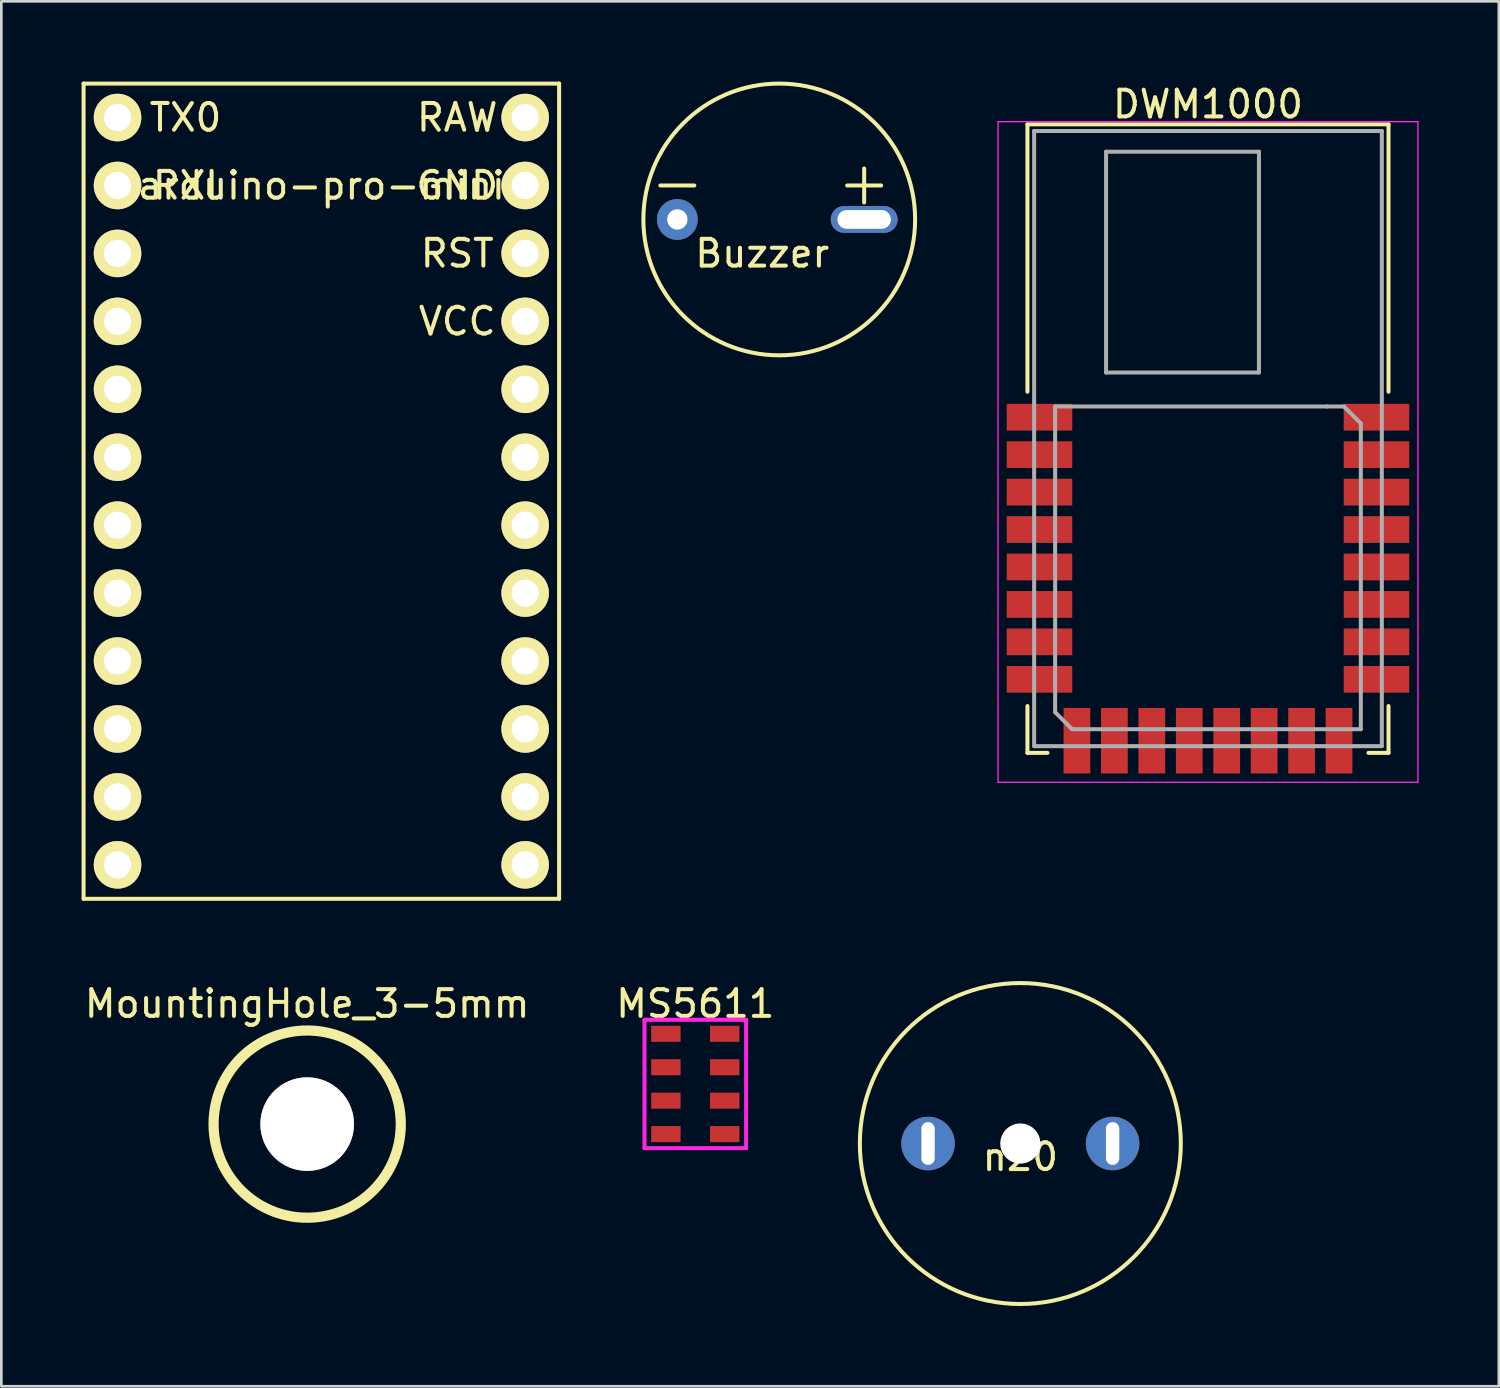
<source format=kicad_pcb>
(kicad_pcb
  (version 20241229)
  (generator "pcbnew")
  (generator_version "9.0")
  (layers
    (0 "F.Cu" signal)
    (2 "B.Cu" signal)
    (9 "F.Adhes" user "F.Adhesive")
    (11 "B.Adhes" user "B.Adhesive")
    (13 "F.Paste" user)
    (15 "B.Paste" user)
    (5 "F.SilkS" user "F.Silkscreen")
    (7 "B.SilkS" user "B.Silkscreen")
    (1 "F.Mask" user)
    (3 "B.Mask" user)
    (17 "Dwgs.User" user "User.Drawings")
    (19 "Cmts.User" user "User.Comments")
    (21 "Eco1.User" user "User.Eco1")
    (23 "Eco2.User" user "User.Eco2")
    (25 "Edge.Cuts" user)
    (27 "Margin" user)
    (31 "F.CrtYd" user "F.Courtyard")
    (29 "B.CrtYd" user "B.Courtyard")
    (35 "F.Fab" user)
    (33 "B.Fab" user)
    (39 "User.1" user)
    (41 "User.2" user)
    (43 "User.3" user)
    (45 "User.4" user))
  (footprint "Buzzer"
    (layer "F.Cu")
    (at 22.275 5.155)
    (property "Reference" "Buzzer" (at 3.175 1.27 0) (layer "F.SilkS") (effects (font (size 1 1) (thickness 0.15))))
    (attr through_hole)
    (fp_line (start -0.635 -1.27) (end 0.635 -1.27) (stroke (width 0.15) (type solid)) (layer "F.SilkS"))
    (fp_line (start 6.35 -1.27) (end 7.62 -1.27) (stroke (width 0.15) (type solid)) (layer "F.SilkS"))
    (fp_line (start 6.985 -1.905) (end 6.985 -0.635) (stroke (width 0.15) (type solid)) (layer "F.SilkS"))
    (fp_circle (center 3.81 0) (end 8.89 0) (stroke (width 0.15) (type solid)) (fill no) (layer "F.SilkS"))
    (pad "1" thru_hole circle (at 0 0) (size 1.524 1.524) (drill 0.762) (layers "*.Cu" "*.Mask"))
    (pad "2" thru_hole oval (at 6.985 0) (size 2.5 1) (drill oval 2 0.7) (layers "*.Cu" "*.Mask")))
  (footprint "DWM1000"
    (layer "F.Cu")
    (at 42.115 13.348)
    (property "Reference" "DWM1000" (at 0 -12.5 0) (layer "F.SilkS") (effects (font (size 1 1) (thickness 0.15))))
    (attr smd)
    (fp_line (start -6.75 -11.75) (end -6.75 -1.75) (stroke (width 0.15) (type solid)) (layer "F.SilkS"))
    (fp_line (start -6.75 -11.75) (end 6.75 -11.75) (stroke (width 0.15) (type solid)) (layer "F.SilkS"))
    (fp_line (start -6.75 11.75) (end -6.75 10) (stroke (width 0.15) (type solid)) (layer "F.SilkS"))
    (fp_line (start -6 11.75) (end -6.75 11.75) (stroke (width 0.15) (type solid)) (layer "F.SilkS"))
    (fp_line (start 6 11.75) (end 6.75 11.75) (stroke (width 0.15) (type solid)) (layer "F.SilkS"))
    (fp_line (start 6.75 -11.75) (end 6.75 -1.75) (stroke (width 0.15) (type solid)) (layer "F.SilkS"))
    (fp_line (start 6.75 11.75) (end 6.75 10) (stroke (width 0.15) (type solid)) (layer "F.SilkS"))
    (fp_line (start -7.85 -11.85) (end -7.85 12.85) (stroke (width 0.05) (type solid)) (layer "F.CrtYd"))
    (fp_line (start -7.85 12.85) (end 7.85 12.85) (stroke (width 0.05) (type solid)) (layer "F.CrtYd"))
    (fp_line (start 7.85 -11.85) (end -7.85 -11.85) (stroke (width 0.05) (type solid)) (layer "F.CrtYd"))
    (fp_line (start 7.85 12.85) (end 7.85 -11.85) (stroke (width 0.05) (type solid)) (layer "F.CrtYd"))
    (fp_line (start -6.5 -11.5) (end -6.5 11.5) (stroke (width 0.15) (type solid)) (layer "F.Fab"))
    (fp_line (start -6.5 11.5) (end 6.5 11.5) (stroke (width 0.15) (type solid)) (layer "F.Fab"))
    (fp_line (start -5.715 -1.2) (end 4.445 -1.2) (stroke (width 0.15) (type solid)) (layer "F.Fab"))
    (fp_line (start -5.715 10.23) (end -5.715 -1.2) (stroke (width 0.15) (type solid)) (layer "F.Fab"))
    (fp_line (start -5.08 10.865) (end -5.715 10.23) (stroke (width 0.15) (type solid)) (layer "F.Fab"))
    (fp_line (start -3.81 -10.725) (end 1.905 -10.725) (stroke (width 0.15) (type solid)) (layer "F.Fab"))
    (fp_line (start -3.81 -2.47) (end -3.81 -10.725) (stroke (width 0.15) (type solid)) (layer "F.Fab"))
    (fp_line (start 1.905 -10.725) (end 1.905 -2.47) (stroke (width 0.15) (type solid)) (layer "F.Fab"))
    (fp_line (start 1.905 -2.47) (end -3.81 -2.47) (stroke (width 0.15) (type solid)) (layer "F.Fab"))
    (fp_line (start 4.445 -1.2) (end 5.08 -1.2) (stroke (width 0.15) (type solid)) (layer "F.Fab"))
    (fp_line (start 5.08 -1.2) (end 5.715 -0.565) (stroke (width 0.15) (type solid)) (layer "F.Fab"))
    (fp_line (start 5.715 -0.565) (end 5.715 10.865) (stroke (width 0.15) (type solid)) (layer "F.Fab"))
    (fp_line (start 5.715 10.865) (end -5.08 10.865) (stroke (width 0.15) (type solid)) (layer "F.Fab"))
    (fp_line (start 6.5 -11.5) (end -6.5 -11.5) (stroke (width 0.15) (type solid)) (layer "F.Fab"))
    (fp_line (start 6.5 11.5) (end 6.5 -11.5) (stroke (width 0.15) (type solid)) (layer "F.Fab"))
    (pad "1" smd rect (at -6.3 -0.799 90) (size 1 2.45) (layers "F.Cu" "F.Mask" "F.Paste"))
    (pad "2" smd rect (at -6.3 0.601 90) (size 1 2.45) (layers "F.Cu" "F.Mask" "F.Paste"))
    (pad "3" smd rect (at -6.3 2.001 90) (size 1 2.45) (layers "F.Cu" "F.Mask" "F.Paste"))
    (pad "4" smd rect (at -6.3 3.401 90) (size 1 2.45) (layers "F.Cu" "F.Mask" "F.Paste"))
    (pad "5" smd rect (at -6.3 4.801 90) (size 1 2.45) (layers "F.Cu" "F.Mask" "F.Paste"))
    (pad "6" smd rect (at -6.3 6.201 90) (size 1 2.45) (layers "F.Cu" "F.Mask" "F.Paste"))
    (pad "7" smd rect (at -6.3 7.601 90) (size 1 2.45) (layers "F.Cu" "F.Mask" "F.Paste"))
    (pad "8" smd rect (at -6.3 9.001 90) (size 1 2.45) (layers "F.Cu" "F.Mask" "F.Paste"))
    (pad "9" smd rect (at -4.9 11.296) (size 1 2.45) (layers "F.Cu" "F.Mask" "F.Paste"))
    (pad "10" smd rect (at -3.5 11.296) (size 1 2.45) (layers "F.Cu" "F.Mask" "F.Paste"))
    (pad "11" smd rect (at -2.1 11.296) (size 1 2.45) (layers "F.Cu" "F.Mask" "F.Paste"))
    (pad "12" smd rect (at -0.7 11.296) (size 1 2.45) (layers "F.Cu" "F.Mask" "F.Paste"))
    (pad "13" smd rect (at 0.7 11.296) (size 1 2.45) (layers "F.Cu" "F.Mask" "F.Paste"))
    (pad "14" smd rect (at 2.1 11.296) (size 1 2.45) (layers "F.Cu" "F.Mask" "F.Paste"))
    (pad "15" smd rect (at 3.5 11.296) (size 1 2.45) (layers "F.Cu" "F.Mask" "F.Paste"))
    (pad "16" smd rect (at 4.9 11.296) (size 1 2.45) (layers "F.Cu" "F.Mask" "F.Paste"))
    (pad "17" smd rect (at 6.3 9 90) (size 1 2.45) (layers "F.Cu" "F.Mask" "F.Paste"))
    (pad "18" smd rect (at 6.3 7.6 90) (size 1 2.45) (layers "F.Cu" "F.Mask" "F.Paste"))
    (pad "19" smd rect (at 6.3 6.201 90) (size 1 2.45) (layers "F.Cu" "F.Mask" "F.Paste"))
    (pad "20" smd rect (at 6.3 4.801 90) (size 1 2.45) (layers "F.Cu" "F.Mask" "F.Paste"))
    (pad "21" smd rect (at 6.3 3.401 90) (size 1 2.45) (layers "F.Cu" "F.Mask" "F.Paste"))
    (pad "22" smd rect (at 6.3 2.001 90) (size 1 2.45) (layers "F.Cu" "F.Mask" "F.Paste"))
    (pad "23" smd rect (at 6.3 0.601 90) (size 1 2.45) (layers "F.Cu" "F.Mask" "F.Paste"))
    (pad "24" smd rect (at 6.3 -0.799 90) (size 1 2.45) (layers "F.Cu" "F.Mask" "F.Paste")))
  (footprint "arduino-pro-mini"
    (layer "F.Cu")
    (at 1.345 1.345)
    (property "Reference" "arduino-pro-mini" (at 7.62 2.54 0) (layer "F.SilkS") (effects (font (size 1 1) (thickness 0.15))))
    (attr through_hole)
    (fp_line (start -1.27 -1.27) (end 16.51 -1.27) (stroke (width 0.15) (type solid)) (layer "F.SilkS"))
    (fp_line (start -1.27 29.21) (end -1.27 -1.27) (stroke (width 0.15) (type solid)) (layer "F.SilkS"))
    (fp_line (start 16.51 -1.27) (end 16.51 29.21) (stroke (width 0.15) (type solid)) (layer "F.SilkS"))
    (fp_line (start 16.51 29.21) (end -1.27 29.21) (stroke (width 0.15) (type solid)) (layer "F.SilkS"))
    (fp_text user "RST" (at 12.7 5.08 0) (layer "F.SilkS") (effects (font (size 1 1) (thickness 0.15))))
    (fp_text user "RAW" (at 12.7 0 0) (layer "F.SilkS") (effects (font (size 1 1) (thickness 0.15))))
    (fp_text user "TX0" (at 2.54 0 0) (layer "F.SilkS") (effects (font (size 1 1) (thickness 0.15))))
    (fp_text user "GND" (at 12.7 2.54 0) (layer "F.SilkS") (effects (font (size 1 1) (thickness 0.15))))
    (fp_text user "RXI" (at 2.54 2.54 0) (layer "F.SilkS") (effects (font (size 1 1) (thickness 0.15))))
    (fp_text user "VCC" (at 12.7 7.62 0) (layer "F.SilkS") (effects (font (size 1 1) (thickness 0.15))))
    (pad "1" thru_hole circle (at 0 0) (size 1.778 1.778) (drill 1.016) (layers "*.Cu" "*.Mask" "F.SilkS"))
    (pad "2" thru_hole circle (at 0 2.54) (size 1.778 1.778) (drill 1.016) (layers "*.Cu" "*.Mask" "F.SilkS"))
    (pad "3" thru_hole circle (at 0 5.08) (size 1.778 1.778) (drill 1.016) (layers "*.Cu" "*.Mask" "F.SilkS"))
    (pad "4" thru_hole circle (at 0 7.62) (size 1.778 1.778) (drill 1.016) (layers "*.Cu" "*.Mask" "F.SilkS"))
    (pad "5" thru_hole circle (at 0 10.16) (size 1.778 1.778) (drill 1.016) (layers "*.Cu" "*.Mask" "F.SilkS"))
    (pad "6" thru_hole circle (at 0 12.7) (size 1.778 1.778) (drill 1.016) (layers "*.Cu" "*.Mask" "F.SilkS"))
    (pad "7" thru_hole circle (at 0 15.24) (size 1.778 1.778) (drill 1.016) (layers "*.Cu" "*.Mask" "F.SilkS"))
    (pad "8" thru_hole circle (at 0 17.78) (size 1.778 1.778) (drill 1.016) (layers "*.Cu" "*.Mask" "F.SilkS"))
    (pad "9" thru_hole circle (at 0 20.32) (size 1.778 1.778) (drill 1.016) (layers "*.Cu" "*.Mask" "F.SilkS"))
    (pad "10" thru_hole circle (at 0 22.86) (size 1.778 1.778) (drill 1.016) (layers "*.Cu" "*.Mask" "F.SilkS"))
    (pad "11" thru_hole circle (at 0 25.4) (size 1.778 1.778) (drill 1.016) (layers "*.Cu" "*.Mask" "F.SilkS"))
    (pad "12" thru_hole circle (at 0 27.94) (size 1.778 1.778) (drill 1.016) (layers "*.Cu" "*.Mask" "F.SilkS"))
    (pad "13" thru_hole circle (at 15.24 27.94) (size 1.778 1.778) (drill 1.016) (layers "*.Cu" "*.Mask" "F.SilkS"))
    (pad "14" thru_hole circle (at 15.24 25.4) (size 1.778 1.778) (drill 1.016) (layers "*.Cu" "*.Mask" "F.SilkS"))
    (pad "15" thru_hole circle (at 15.24 22.86) (size 1.778 1.778) (drill 1.016) (layers "*.Cu" "*.Mask" "F.SilkS"))
    (pad "16" thru_hole circle (at 15.24 20.32) (size 1.778 1.778) (drill 1.016) (layers "*.Cu" "*.Mask" "F.SilkS"))
    (pad "17" thru_hole circle (at 15.24 17.78) (size 1.778 1.778) (drill 1.016) (layers "*.Cu" "*.Mask" "F.SilkS"))
    (pad "18" thru_hole circle (at 15.24 15.24) (size 1.778 1.778) (drill 1.016) (layers "*.Cu" "*.Mask" "F.SilkS"))
    (pad "19" thru_hole circle (at 15.24 12.7) (size 1.778 1.778) (drill 1.016) (layers "*.Cu" "*.Mask" "F.SilkS"))
    (pad "20" thru_hole circle (at 15.24 10.16) (size 1.778 1.778) (drill 1.016) (layers "*.Cu" "*.Mask" "F.SilkS"))
    (pad "21" thru_hole circle (at 15.24 7.62) (size 1.778 1.778) (drill 1.016) (layers "*.Cu" "*.Mask" "F.SilkS"))
    (pad "22" thru_hole circle (at 15.24 5.08) (size 1.778 1.778) (drill 1.016) (layers "*.Cu" "*.Mask" "F.SilkS"))
    (pad "23" thru_hole circle (at 15.24 2.54) (size 1.778 1.778) (drill 1.016) (layers "*.Cu" "*.Mask" "F.SilkS"))
    (pad "24" thru_hole circle (at 15.24 0) (size 1.778 1.778) (drill 1.016) (layers "*.Cu" "*.Mask" "F.SilkS")))
  (footprint "MS5611"
    (layer "F.Cu")
    (at 22.946 37.478)
    (property "Reference" "MS5611" (at 0 -3 0) (layer "F.SilkS") (effects (font (size 1 1) (thickness 0.15))))
    (attr through_hole)
    (fp_line (start -1.9 -2.4) (end -1.9 2.4) (stroke (width 0.15) (type solid)) (layer "F.CrtYd"))
    (fp_line (start -1.9 -2.4) (end 1.9 -2.4) (stroke (width 0.15) (type solid)) (layer "F.CrtYd"))
    (fp_line (start -1.9 2.4) (end 1.9 2.4) (stroke (width 0.15) (type solid)) (layer "F.CrtYd"))
    (fp_line (start 1.9 2.4) (end 1.9 -2.4) (stroke (width 0.15) (type solid)) (layer "F.CrtYd"))
    (pad "1" smd rect (at -1.1 -1.875) (size 1.1 0.6) (layers "F.Cu" "F.Mask" "F.Paste"))
    (pad "2" smd rect (at -1.1 -0.625) (size 1.1 0.6) (layers "F.Cu" "F.Mask" "F.Paste"))
    (pad "3" smd rect (at -1.1 0.625) (size 1.1 0.6) (layers "F.Cu" "F.Mask" "F.Paste"))
    (pad "4" smd rect (at -1.1 1.875) (size 1.1 0.6) (layers "F.Cu" "F.Mask" "F.Paste"))
    (pad "5" smd rect (at 1.1 1.875) (size 1.1 0.6) (layers "F.Cu" "F.Mask" "F.Paste"))
    (pad "6" smd rect (at 1.1 0.625) (size 1.1 0.6) (layers "F.Cu" "F.Mask" "F.Paste"))
    (pad "7" smd rect (at 1.1 -0.625) (size 1.1 0.6) (layers "F.Cu" "F.Mask" "F.Paste"))
    (pad "8" smd rect (at 1.1 -1.875) (size 1.1 0.6) (layers "F.Cu" "F.Mask" "F.Paste")))
  (footprint "n20"
    (layer "F.Cu")
    (at 35.099 39.705)
    (property "Reference" "n20" (at 0 0.5 0) (layer "F.SilkS") (effects (font (size 1 1) (thickness 0.15))))
    (attr through_hole)
    (fp_circle (center 0 0) (end 6 0) (stroke (width 0.15) (type solid)) (fill no) (layer "F.SilkS"))
    (pad "" np_thru_hole circle (at 0 0) (size 1.5 1.5) (drill 1.5) (layers "*.Cu" "*.Mask"))
    (pad "1" thru_hole circle (at -3.45 0) (size 2 2) (drill oval 0.5 1.6) (layers "*.Cu" "*.Mask"))
    (pad "2" thru_hole circle (at 3.45 0) (size 2 2) (drill oval 0.5 1.6) (layers "*.Cu" "*.Mask")))
  (footprint "MountingHole_3-5mm"
    (layer "F.Cu")
    (at 8.435 38.979)
    (property "Reference" "MountingHole_3-5mm" (at 0 -4.501 0) (layer "F.SilkS") (effects (font (size 1 1) (thickness 0.15))))
    (attr through_hole)
    (fp_circle (center 0 0) (end 3.5 0) (stroke (width 0.381) (type solid)) (fill no) (layer "F.SilkS"))
    (pad "1" thru_hole circle (at 0 0) (size 3.5 3.5) (drill 3.5) (layers "*.Cu")))
  (gr_rect
    (start -3 -3)
    (end 52.99 48.78)
    (stroke (width 0.1) (type default))
    (fill no)
    (layer "Edge.Cuts")))
</source>
